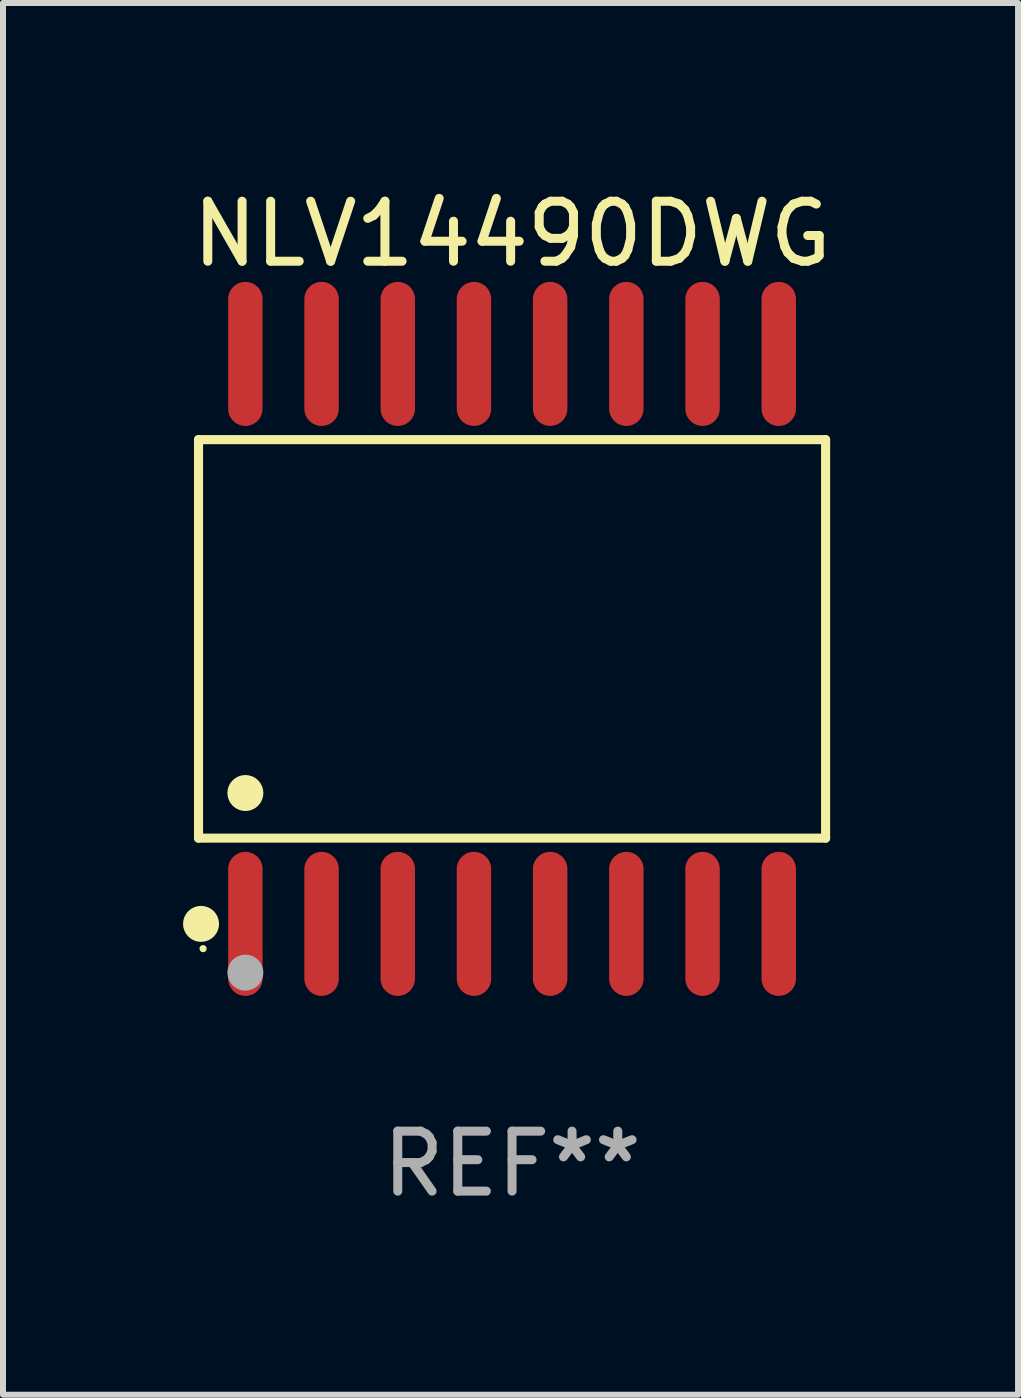
<source format=kicad_pcb>
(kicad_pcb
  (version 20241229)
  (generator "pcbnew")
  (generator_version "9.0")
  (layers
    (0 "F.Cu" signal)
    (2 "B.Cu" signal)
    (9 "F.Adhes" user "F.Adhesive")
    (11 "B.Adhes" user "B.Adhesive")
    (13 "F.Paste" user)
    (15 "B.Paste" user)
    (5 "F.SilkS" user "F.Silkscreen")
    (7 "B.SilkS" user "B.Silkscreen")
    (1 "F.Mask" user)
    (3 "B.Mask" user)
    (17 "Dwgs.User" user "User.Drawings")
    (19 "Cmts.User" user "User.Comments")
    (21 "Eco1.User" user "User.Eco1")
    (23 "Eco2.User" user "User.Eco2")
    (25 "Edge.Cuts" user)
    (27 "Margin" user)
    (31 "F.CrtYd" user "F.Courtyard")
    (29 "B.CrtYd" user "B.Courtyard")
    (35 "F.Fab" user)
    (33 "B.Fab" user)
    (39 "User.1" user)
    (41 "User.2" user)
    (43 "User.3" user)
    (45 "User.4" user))
  (footprint "NLV14490DWG"
    (layer "F.Cu")
    (at 5.485 7.599)
    (property "Reference" "NLV14490DWG" (at 0 -6.75 0) (layer "F.SilkS") (effects (font (size 1 1) (thickness 0.15))))
    (attr through_hole)
    (fp_line (start -5.226 -3.321) (end 5.226 -3.321) (stroke (width 0.152) (type solid)) (layer "F.SilkS"))
    (fp_line (start -5.226 3.321) (end -5.226 -3.321) (stroke (width 0.152) (type solid)) (layer "F.SilkS"))
    (fp_line (start 5.226 -3.321) (end 5.226 3.321) (stroke (width 0.152) (type solid)) (layer "F.SilkS"))
    (fp_line (start 5.226 3.321) (end -5.226 3.321) (stroke (width 0.152) (type solid)) (layer "F.SilkS"))
    (fp_circle (center -5.184 4.75) (end -5.034 4.75) (stroke (width 0.3) (type solid)) (fill no) (layer "F.SilkS"))
    (fp_circle (center -5.15 5.163) (end -5.12 5.163) (stroke (width 0.06) (type solid)) (fill no) (layer "F.SilkS"))
    (fp_circle (center -4.445 2.569) (end -4.295 2.569) (stroke (width 0.3) (type solid)) (fill no) (layer "F.SilkS"))
    (fp_circle (center -4.445 5.563) (end -4.295 5.563) (stroke (width 0.3) (type solid)) (fill no) (layer "F.Fab"))
    (fp_text user "REF**" (at 0 8.75 0) (layer "F.Fab") (effects (font (size 1 1) (thickness 0.15))))
    (pad "1" smd oval (at -4.445 4.75) (size 0.574 2.401) (layers "F.Cu" "F.Mask" "F.Paste"))
    (pad "2" smd oval (at -3.175 4.75) (size 0.574 2.401) (layers "F.Cu" "F.Mask" "F.Paste"))
    (pad "3" smd oval (at -1.905 4.75) (size 0.574 2.401) (layers "F.Cu" "F.Mask" "F.Paste"))
    (pad "4" smd oval (at -0.635 4.75) (size 0.574 2.401) (layers "F.Cu" "F.Mask" "F.Paste"))
    (pad "5" smd oval (at 0.635 4.75) (size 0.574 2.401) (layers "F.Cu" "F.Mask" "F.Paste"))
    (pad "6" smd oval (at 1.905 4.75) (size 0.574 2.401) (layers "F.Cu" "F.Mask" "F.Paste"))
    (pad "7" smd oval (at 3.175 4.75) (size 0.574 2.401) (layers "F.Cu" "F.Mask" "F.Paste"))
    (pad "8" smd oval (at 4.445 4.75) (size 0.574 2.401) (layers "F.Cu" "F.Mask" "F.Paste"))
    (pad "9" smd oval (at 4.445 -4.75) (size 0.574 2.401) (layers "F.Cu" "F.Mask" "F.Paste"))
    (pad "10" smd oval (at 3.175 -4.75) (size 0.574 2.401) (layers "F.Cu" "F.Mask" "F.Paste"))
    (pad "11" smd oval (at 1.905 -4.75) (size 0.574 2.401) (layers "F.Cu" "F.Mask" "F.Paste"))
    (pad "12" smd oval (at 0.635 -4.75) (size 0.574 2.401) (layers "F.Cu" "F.Mask" "F.Paste"))
    (pad "13" smd oval (at -0.635 -4.75) (size 0.574 2.401) (layers "F.Cu" "F.Mask" "F.Paste"))
    (pad "14" smd oval (at -1.905 -4.75) (size 0.574 2.401) (layers "F.Cu" "F.Mask" "F.Paste"))
    (pad "15" smd oval (at -3.175 -4.75) (size 0.574 2.401) (layers "F.Cu" "F.Mask" "F.Paste"))
    (pad "16" smd oval (at -4.445 -4.75) (size 0.574 2.401) (layers "F.Cu" "F.Mask" "F.Paste")))
  (gr_rect
    (start -3 -3)
    (end 13.919 20.197)
    (stroke (width 0.1) (type default))
    (fill no)
    (layer "Edge.Cuts")))
</source>
